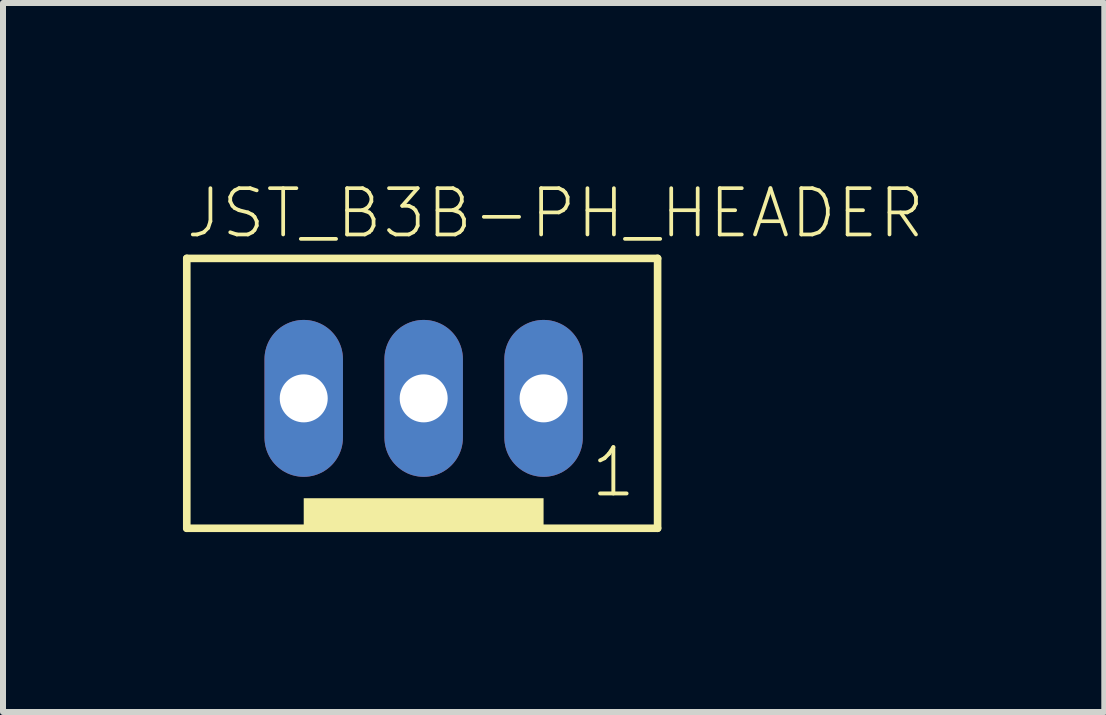
<source format=kicad_pcb>
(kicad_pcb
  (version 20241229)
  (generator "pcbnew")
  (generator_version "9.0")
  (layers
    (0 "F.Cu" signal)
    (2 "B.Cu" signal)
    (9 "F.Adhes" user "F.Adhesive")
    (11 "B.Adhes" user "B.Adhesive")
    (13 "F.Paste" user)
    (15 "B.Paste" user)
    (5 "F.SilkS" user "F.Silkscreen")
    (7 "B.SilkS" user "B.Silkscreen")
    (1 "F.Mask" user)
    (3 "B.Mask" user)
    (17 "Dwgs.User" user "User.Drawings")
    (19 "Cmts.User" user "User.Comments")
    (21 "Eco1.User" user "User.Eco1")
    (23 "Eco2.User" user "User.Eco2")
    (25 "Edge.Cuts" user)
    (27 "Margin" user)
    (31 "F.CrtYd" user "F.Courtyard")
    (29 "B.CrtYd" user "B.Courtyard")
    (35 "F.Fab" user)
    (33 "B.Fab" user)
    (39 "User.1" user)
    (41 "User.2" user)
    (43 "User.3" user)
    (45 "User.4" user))
  (footprint "JST_B3B-PH_HEADER"
    (layer "F.Cu")
    (at 3.986 3.64)
    (property "Reference" "JST_B3B-PH_HEADER" (at -3.973 -2.683 180) (layer "F.SilkS") (effects (font (size 0.772 0.772) (thickness 0.062)) (justify left bottom)))
    (attr through_hole)
    (fp_line (start -3.922 -2.382) (end 3.928 -2.382) (stroke (width 0.127) (type solid)) (layer "F.SilkS"))
    (fp_line (start -3.922 2.118) (end -3.922 -2.382) (stroke (width 0.127) (type solid)) (layer "F.SilkS"))
    (fp_line (start 3.928 -2.382) (end 3.928 2.118) (stroke (width 0.127) (type solid)) (layer "F.SilkS"))
    (fp_line (start 3.928 2.118) (end -3.922 2.118) (stroke (width 0.127) (type solid)) (layer "F.SilkS"))
    (fp_poly (pts (xy -1.972 2.118) (xy 2.027 2.118) (xy 2.027 1.617) (xy -1.972 1.617)) (stroke (width 0) (type solid)) (fill yes) (layer "F.SilkS"))
    (fp_text user "1" (at 2.78 1.635 0) (layer "F.SilkS") (effects (font (size 0.772 0.772) (thickness 0.065)) (justify left bottom)))
    (pad "P1" thru_hole oval (at 2.027 -0.048 90) (size 2.616 1.308) (drill 0.8) (layers "*.Cu" "*.Mask"))
    (pad "P2" thru_hole oval (at 0.028 -0.048 90) (size 2.616 1.308) (drill 0.8) (layers "*.Cu" "*.Mask"))
    (pad "P3" thru_hole oval (at -1.972 -0.048 90) (size 2.616 1.308) (drill 0.8) (layers "*.Cu" "*.Mask")))
  (gr_rect
    (start -3 -3)
    (end 15.362 8.821)
    (stroke (width 0.1) (type default))
    (fill no)
    (layer "Edge.Cuts")))
</source>
